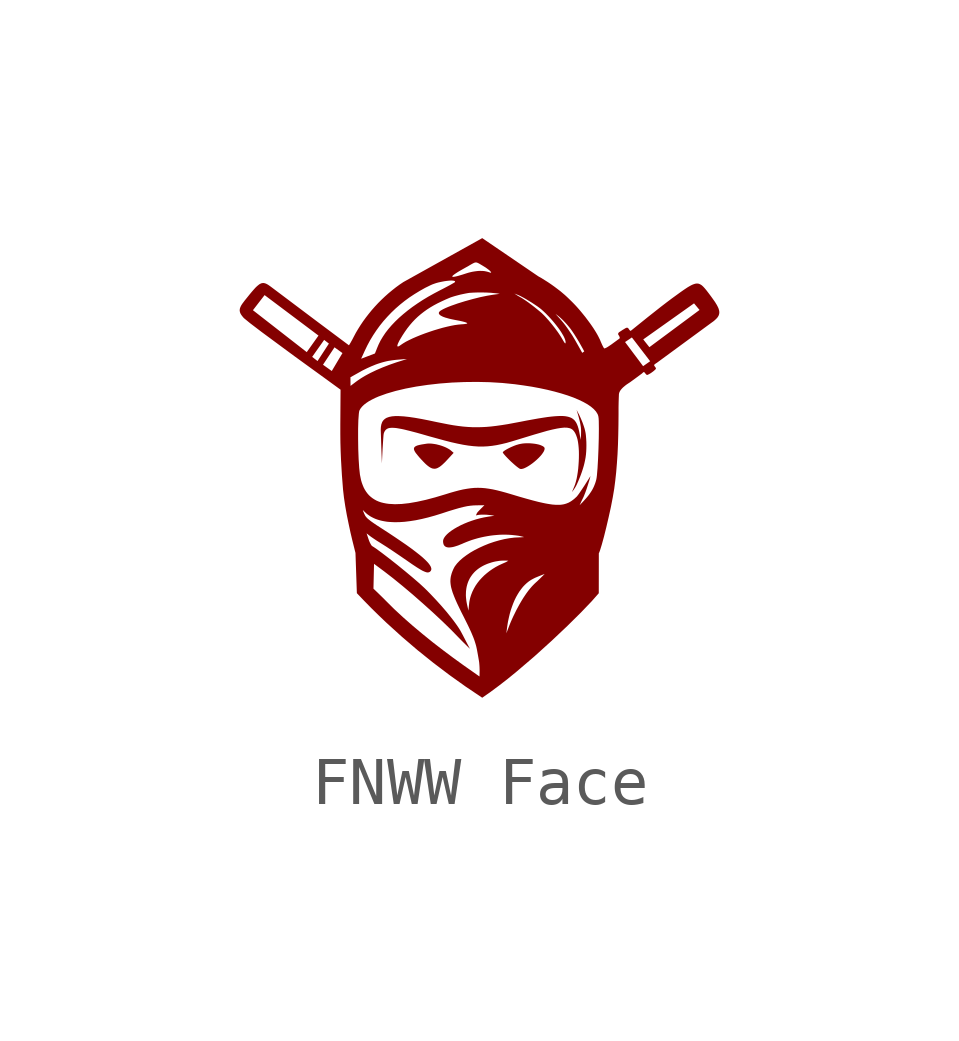
<source format=kicad_sym>
(kicad_symbol_lib
  (version 20241209)
  (generator "kicad_symbol_editor")
  (generator_version "9.0")
  (symbol "FNWW Face"
    (property "Reference" "LOGO"
      (at 0 -6.858 0)
      (effects (font (size 1.27 1.27)) (hide yes)))
    (symbol "FNWW Face_1_0"
      (polyline (pts (xy -0.99 0.482) (xy -0.956 0.478) (xy -0.921 0.473) (xy -0.886 0.467) (xy -0.85 0.458) (xy -0.815 0.449) (xy -0.779 0.438) (xy -0.745 0.426) (xy -0.712 0.413) (xy -0.68 0.399) (xy -0.651 0.384) (xy -0.624 0.369) (xy -0.599 0.353) (xy -0.578 0.336) (xy -0.523 0.289) (xy -0.649 0.152) (xy -0.692 0.106) (xy -0.732 0.067) (xy -0.751 0.049) (xy -0.769 0.033) (xy -0.786 0.019) (xy -0.803 0.006) (xy -0.82 -0.006) (xy -0.836 -0.015) (xy -0.852 -0.024) (xy -0.867 -0.031) (xy -0.882 -0.036) (xy -0.897 -0.04) (xy -0.912 -0.042) (xy -0.927 -0.042) (xy -0.942 -0.041) (xy -0.957 -0.039) (xy -0.971 -0.035) (xy -0.987 -0.029) (xy -1.002 -0.022) (xy -1.018 -0.013) (xy -1.034 -0.003) (xy -1.05 0.009) (xy -1.067 0.022) (xy -1.085 0.037) (xy -1.103 0.053) (xy -1.122 0.071) (xy -1.162 0.112) (xy -1.206 0.159) (xy -1.244 0.201) (xy -1.276 0.24) (xy -1.303 0.274) (xy -1.315 0.289) (xy -1.324 0.304) (xy -1.333 0.318) (xy -1.339 0.331) (xy -1.345 0.343) (xy -1.348 0.354) (xy -1.351 0.365) (xy -1.351 0.375) (xy -1.35 0.385) (xy -1.348 0.393) (xy -1.343 0.401) (xy -1.338 0.409) (xy -1.33 0.416) (xy -1.321 0.423) (xy -1.311 0.429) (xy -1.298 0.435) (xy -1.284 0.441) (xy -1.268 0.446) (xy -1.232 0.455) (xy -1.188 0.464) (xy -1.137 0.472) (xy -1.079 0.481) (xy -1.052 0.483) (xy -1.022 0.483) (xy -0.99 0.482)) (stroke (width -0.0001) (type solid)) (fill (type outline)))
      (polyline (pts (xy 1.041 0.489) (xy 1.085 0.487) (xy 1.128 0.483) (xy 1.17 0.478) (xy 1.21 0.471) (xy 1.246 0.463) (xy 1.28 0.453) (xy 1.309 0.441) (xy 1.322 0.435) (xy 1.334 0.429) (xy 1.344 0.423) (xy 1.353 0.416) (xy 1.361 0.409) (xy 1.367 0.402) (xy 1.371 0.394) (xy 1.373 0.387) (xy 1.374 0.374) (xy 1.372 0.361) (xy 1.368 0.346) (xy 1.362 0.331) (xy 1.354 0.314) (xy 1.343 0.297) (xy 1.318 0.26) (xy 1.286 0.222) (xy 1.249 0.183) (xy 1.208 0.144) (xy 1.164 0.106) (xy 1.119 0.07) (xy 1.074 0.038) (xy 1.029 0.009) (xy 0.986 -0.015) (xy 0.947 -0.033) (xy 0.928 -0.04) (xy 0.911 -0.044) (xy 0.895 -0.047) (xy 0.88 -0.048) (xy 0.868 -0.046) (xy 0.857 -0.043) (xy 0.839 -0.032) (xy 0.818 -0.017) (xy 0.793 0.002) (xy 0.765 0.025) (xy 0.736 0.05) (xy 0.705 0.078) (xy 0.674 0.106) (xy 0.643 0.136) (xy 0.614 0.165) (xy 0.587 0.193) (xy 0.561 0.22) (xy 0.54 0.244) (xy 0.522 0.265) (xy 0.51 0.282) (xy 0.506 0.289) (xy 0.503 0.295) (xy 0.502 0.3) (xy 0.502 0.303) (xy 0.508 0.311) (xy 0.518 0.319) (xy 0.53 0.329) (xy 0.545 0.34) (xy 0.562 0.35) (xy 0.582 0.362) (xy 0.602 0.373) (xy 0.625 0.385) (xy 0.672 0.408) (xy 0.721 0.429) (xy 0.746 0.439) (xy 0.77 0.448) (xy 0.793 0.456) (xy 0.816 0.462) (xy 0.834 0.468) (xy 0.853 0.472) (xy 0.872 0.476) (xy 0.912 0.483) (xy 0.954 0.487) (xy 0.997 0.489) (xy 1.041 0.489)) (stroke (width -0.0001) (type solid)) (fill (type outline)))
      (polyline (pts (xy 1.243 3.969) (xy 1.309 3.932) (xy 1.376 3.89) (xy 1.444 3.847) (xy 1.512 3.801) (xy 1.579 3.753) (xy 1.644 3.704) (xy 1.708 3.655) (xy 1.768 3.604) (xy 1.795 3.581) (xy 1.828 3.551) (xy 1.865 3.516) (xy 1.905 3.477) (xy 1.947 3.436) (xy 1.988 3.394) (xy 2.027 3.353) (xy 2.063 3.313) (xy 2.105 3.265) (xy 2.145 3.217) (xy 2.223 3.121) (xy 2.259 3.073) (xy 2.294 3.026) (xy 2.328 2.98) (xy 2.36 2.934) (xy 2.39 2.89) (xy 2.418 2.846) (xy 2.444 2.804) (xy 2.468 2.763) (xy 2.49 2.723) (xy 2.509 2.685) (xy 2.527 2.649) (xy 2.541 2.615) (xy 2.547 2.6) (xy 2.554 2.585) (xy 2.56 2.571) (xy 2.566 2.557) (xy 2.572 2.544) (xy 2.578 2.532) (xy 2.583 2.521) (xy 2.589 2.51) (xy 2.594 2.5) (xy 2.599 2.492) (xy 2.603 2.484) (xy 2.607 2.478) (xy 2.611 2.473) (xy 2.614 2.469) (xy 2.615 2.468) (xy 2.617 2.467) (xy 2.618 2.466) (xy 2.619 2.466) (xy 2.623 2.467) (xy 2.629 2.468) (xy 2.642 2.473) (xy 2.658 2.48) (xy 2.676 2.49) (xy 2.696 2.502) (xy 2.717 2.516) (xy 2.763 2.547) (xy 2.834 2.599) (xy 3.051 2.599) (xy 3.226 2.365) (xy 3.354 2.195) (xy 3.427 2.096) (xy 3.574 2.199) (xy 3.225 2.654) (xy 3.43 2.654) (xy 3.558 2.492) (xy 4.604 3.268) (xy 4.489 3.406) (xy 3.43 2.654) (xy 3.225 2.654) (xy 3.193 2.695) (xy 3.051 2.599) (xy 2.834 2.599) (xy 2.93 2.669) (xy 2.933 2.671) (xy 2.935 2.672) (xy 2.936 2.675) (xy 2.938 2.677) (xy 2.939 2.68) (xy 2.939 2.682) (xy 2.94 2.685) (xy 2.94 2.688) (xy 2.94 2.691) (xy 2.939 2.694) (xy 2.939 2.697) (xy 2.938 2.7) (xy 2.937 2.704) (xy 2.936 2.707) (xy 2.933 2.713) (xy 2.93 2.72) (xy 2.927 2.726) (xy 2.924 2.732) (xy 2.92 2.737) (xy 2.91 2.754) (xy 2.909 2.756) (xy 2.908 2.757) (xy 2.908 2.759) (xy 2.907 2.76) (xy 2.907 2.762) (xy 2.906 2.764) (xy 2.906 2.765) (xy 2.906 2.767) (xy 2.906 2.769) (xy 2.907 2.771) (xy 2.907 2.772) (xy 2.907 2.774) (xy 2.908 2.776) (xy 2.908 2.778) (xy 2.909 2.78) (xy 2.91 2.781) (xy 2.911 2.785) (xy 2.913 2.788) (xy 2.915 2.791) (xy 2.917 2.794) (xy 2.919 2.796) (xy 2.921 2.799) (xy 2.923 2.801) (xy 2.925 2.802) (xy 2.925 2.803) (xy 2.951 2.82) (xy 2.973 2.834) (xy 2.998 2.851) (xy 3.025 2.867) (xy 3.049 2.882) (xy 3.06 2.888) (xy 3.07 2.893) (xy 3.078 2.896) (xy 3.084 2.898) (xy 3.086 2.898) (xy 3.087 2.898) (xy 3.089 2.898) (xy 3.091 2.899) (xy 3.092 2.898) (xy 3.094 2.898) (xy 3.096 2.898) (xy 3.097 2.898) (xy 3.099 2.898) (xy 3.1 2.897) (xy 3.102 2.897) (xy 3.103 2.896) (xy 3.105 2.896) (xy 3.106 2.895) (xy 3.107 2.894) (xy 3.109 2.893) (xy 3.11 2.893) (xy 3.111 2.892) (xy 3.113 2.891) (xy 3.114 2.89) (xy 3.116 2.888) (xy 3.118 2.886) (xy 3.12 2.883) (xy 3.122 2.881) (xy 3.124 2.879) (xy 3.126 2.876) (xy 3.129 2.871) (xy 3.134 2.864) (xy 3.136 2.859) (xy 3.14 2.855) (xy 3.143 2.851) (xy 3.146 2.847) (xy 3.15 2.843) (xy 3.152 2.841) (xy 3.154 2.84) (xy 3.156 2.838) (xy 3.158 2.837) (xy 3.159 2.836) (xy 3.161 2.835) (xy 3.163 2.834) (xy 3.165 2.834) (xy 3.167 2.833) (xy 3.169 2.833) (xy 3.17 2.834) (xy 3.172 2.834) (xy 3.174 2.835) (xy 3.175 2.837) (xy 3.52 3.115) (xy 3.796 3.333) (xy 3.921 3.429) (xy 4.022 3.505) (xy 4.208 3.64) (xy 4.284 3.693) (xy 4.35 3.737) (xy 4.38 3.755) (xy 4.408 3.771) (xy 4.434 3.785) (xy 4.458 3.796) (xy 4.481 3.805) (xy 4.503 3.812) (xy 4.523 3.817) (xy 4.542 3.819) (xy 4.561 3.819) (xy 4.579 3.817) (xy 4.596 3.812) (xy 4.612 3.805) (xy 4.629 3.796) (xy 4.646 3.785) (xy 4.662 3.772) (xy 4.679 3.756) (xy 4.696 3.738) (xy 4.714 3.718) (xy 4.752 3.672) (xy 4.794 3.617) (xy 4.842 3.553) (xy 4.883 3.496) (xy 4.919 3.445) (xy 4.935 3.421) (xy 4.949 3.397) (xy 4.963 3.375) (xy 4.974 3.354) (xy 4.984 3.334) (xy 4.993 3.315) (xy 5.001 3.296) (xy 5.006 3.278) (xy 5.011 3.261) (xy 5.014 3.244) (xy 5.016 3.228) (xy 5.016 3.213) (xy 5.015 3.198) (xy 5.012 3.183) (xy 5.008 3.168) (xy 5.003 3.154) (xy 4.996 3.14) (xy 4.987 3.126) (xy 4.978 3.112) (xy 4.966 3.099) (xy 4.954 3.085) (xy 4.939 3.071) (xy 4.924 3.057) (xy 4.907 3.042) (xy 4.888 3.027) (xy 4.868 3.013) (xy 4.824 2.981) (xy 3.712 2.165) (xy 3.707 2.162) (xy 3.702 2.159) (xy 3.693 2.153) (xy 3.685 2.147) (xy 3.681 2.145) (xy 3.678 2.143) (xy 3.675 2.14) (xy 3.671 2.138) (xy 3.67 2.136) (xy 3.668 2.135) (xy 3.667 2.134) (xy 3.666 2.132) (xy 3.665 2.131) (xy 3.663 2.129) (xy 3.662 2.128) (xy 3.661 2.126) (xy 3.66 2.125) (xy 3.66 2.123) (xy 3.659 2.122) (xy 3.658 2.12) (xy 3.658 2.118) (xy 3.657 2.116) (xy 3.658 2.114) (xy 3.658 2.112) (xy 3.659 2.109) (xy 3.66 2.107) (xy 3.661 2.104) (xy 3.662 2.102) (xy 3.666 2.097) (xy 3.67 2.091) (xy 3.678 2.08) (xy 3.682 2.075) (xy 3.686 2.069) (xy 3.688 2.066) (xy 3.69 2.064) (xy 3.691 2.061) (xy 3.692 2.058) (xy 3.693 2.055) (xy 3.694 2.053) (xy 3.694 2.05) (xy 3.695 2.047) (xy 3.694 2.045) (xy 3.694 2.043) (xy 3.693 2.04) (xy 3.692 2.038) (xy 3.686 2.031) (xy 3.679 2.023) (xy 3.67 2.015) (xy 3.66 2.006) (xy 3.649 1.996) (xy 3.637 1.987) (xy 3.624 1.977) (xy 3.611 1.968) (xy 3.598 1.958) (xy 3.584 1.949) (xy 3.571 1.941) (xy 3.558 1.934) (xy 3.546 1.927) (xy 3.535 1.922) (xy 3.526 1.917) (xy 3.517 1.915) (xy 3.515 1.914) (xy 3.512 1.914) (xy 3.509 1.914) (xy 3.507 1.915) (xy 3.504 1.915) (xy 3.502 1.917) (xy 3.499 1.918) (xy 3.497 1.919) (xy 3.494 1.921) (xy 3.492 1.923) (xy 3.489 1.926) (xy 3.487 1.928) (xy 3.483 1.933) (xy 3.478 1.938) (xy 3.47 1.95) (xy 3.466 1.955) (xy 3.462 1.96) (xy 3.458 1.964) (xy 3.456 1.966) (xy 3.454 1.968) (xy 3.452 1.969) (xy 3.45 1.97) (xy 3.448 1.971) (xy 3.446 1.972) (xy 3.445 1.972) (xy 3.443 1.972) (xy 3.441 1.972) (xy 3.44 1.972) (xy 3.438 1.972) (xy 3.437 1.972) (xy 3.436 1.971) (xy 3.434 1.971) (xy 3.433 1.97) (xy 3.432 1.97) (xy 3.431 1.969) (xy 3.43 1.968) (xy 3.427 1.966) (xy 3.425 1.964) (xy 3.414 1.953) (xy 3.411 1.95) (xy 3.407 1.947) (xy 3.403 1.943) (xy 3.399 1.94) (xy 3.253 1.832) (xy 3.187 1.784) (xy 3.154 1.76) (xy 3.135 1.748) (xy 3.105 1.728) (xy 3.087 1.716) (xy 3.068 1.702) (xy 3.049 1.687) (xy 3.029 1.67) (xy 3.009 1.653) (xy 2.99 1.634) (xy 2.973 1.615) (xy 2.965 1.605) (xy 2.958 1.595) (xy 2.95 1.585) (xy 2.944 1.574) (xy 2.939 1.564) (xy 2.934 1.553) (xy 2.93 1.543) (xy 2.927 1.532) (xy 2.925 1.522) (xy 2.923 1.511) (xy 2.92 1.437) (xy 2.917 1.345) (xy 2.915 1.233) (xy 2.915 1.099) (xy 2.913 0.875) (xy 2.909 0.66) (xy 2.903 0.455) (xy 2.894 0.259) (xy 2.881 0.07) (xy 2.866 -0.113) (xy 2.847 -0.289) (xy 2.825 -0.459) (xy 2.795 -0.637) (xy 2.756 -0.839) (xy 2.709 -1.052) (xy 2.66 -1.262) (xy 2.612 -1.456) (xy 2.567 -1.62) (xy 2.53 -1.741) (xy 2.515 -1.782) (xy 2.504 -1.806) (xy 2.503 -2.638) (xy 2.355 -2.806) (xy 2.131 -3.04) (xy 1.847 -3.321) (xy 1.518 -3.632) (xy 1.161 -3.955) (xy 0.79 -4.272) (xy 0.605 -4.423) (xy 0.422 -4.565) (xy 0.244 -4.697) (xy 0.073 -4.817) (xy -0.268 -4.588) (xy -0.607 -4.346) (xy -0.944 -4.091) (xy -1.277 -3.824) (xy -1.604 -3.544) (xy -1.925 -3.253) (xy -2.082 -3.103) (xy -2.237 -2.951) (xy -2.39 -2.795) (xy -2.541 -2.637) (xy -2.57 -1.798) (xy -2.635 -1.538) (xy -2.674 -1.373) (xy -2.712 -1.195) (xy -2.75 -1.01) (xy -2.769 -0.903) (xy -2.417 -0.903) (xy -2.412 -0.918) (xy -2.407 -0.932) (xy -2.405 -0.939) (xy -2.402 -0.945) (xy -2.4 -0.951) (xy -2.397 -0.957) (xy -2.391 -0.972) (xy -2.383 -0.989) (xy -2.374 -1.008) (xy -2.368 -1.02) (xy -2.361 -1.031) (xy -2.353 -1.042) (xy -2.343 -1.054) (xy -2.331 -1.067) (xy -2.318 -1.08) (xy -2.302 -1.094) (xy -2.284 -1.108) (xy -2.264 -1.124) (xy -2.242 -1.141) (xy -2.188 -1.179) (xy -2.123 -1.223) (xy -2.044 -1.274) (xy -1.891 -1.373) (xy -1.751 -1.466) (xy -1.624 -1.552) (xy -1.509 -1.631) (xy -1.406 -1.705) (xy -1.315 -1.774) (xy -1.236 -1.836) (xy -1.201 -1.865) (xy -1.168 -1.893) (xy -1.139 -1.92) (xy -1.112 -1.945) (xy -1.088 -1.969) (xy -1.066 -1.992) (xy -1.047 -2.014) (xy -1.031 -2.035) (xy -1.018 -2.054) (xy -1.007 -2.072) (xy -0.998 -2.09) (xy -0.993 -2.106) (xy -0.989 -2.121) (xy -0.988 -2.135) (xy -0.99 -2.148) (xy -0.994 -2.16) (xy -1 -2.172) (xy -1.009 -2.182) (xy -1.02 -2.192) (xy -1.033 -2.199) (xy -1.046 -2.203) (xy -1.062 -2.205) (xy -1.079 -2.204) (xy -1.099 -2.199) (xy -1.122 -2.191) (xy -1.148 -2.18) (xy -1.178 -2.166) (xy -1.211 -2.147) (xy -1.249 -2.124) (xy -1.291 -2.098) (xy -1.391 -2.032) (xy -1.513 -1.947) (xy -1.653 -1.851) (xy -1.793 -1.756) (xy -1.917 -1.674) (xy -1.969 -1.641) (xy -2.01 -1.615) (xy -2.046 -1.592) (xy -2.083 -1.569) (xy -2.12 -1.546) (xy -2.155 -1.523) (xy -2.188 -1.501) (xy -2.217 -1.481) (xy -2.242 -1.464) (xy -2.261 -1.45) (xy -2.338 -1.39) (xy -2.297 -1.513) (xy -2.292 -1.526) (xy -2.288 -1.538) (xy -2.283 -1.551) (xy -2.278 -1.563) (xy -2.273 -1.574) (xy -2.268 -1.586) (xy -2.262 -1.596) (xy -2.257 -1.606) (xy -2.252 -1.616) (xy -2.247 -1.624) (xy -2.242 -1.632) (xy -2.237 -1.639) (xy -2.233 -1.645) (xy -2.228 -1.65) (xy -2.226 -1.652) (xy -2.224 -1.654) (xy -2.222 -1.655) (xy -2.22 -1.656) (xy -2.184 -1.679) (xy -2.136 -1.711) (xy -2.014 -1.801) (xy -1.865 -1.915) (xy -1.7 -2.045) (xy -1.533 -2.181) (xy -1.375 -2.313) (xy -1.236 -2.433) (xy -1.13 -2.531) (xy -1.069 -2.591) (xy -1.009 -2.652) (xy -0.89 -2.778) (xy -0.776 -2.904) (xy -0.669 -3.028) (xy -0.574 -3.147) (xy -0.53 -3.203) (xy -0.491 -3.256) (xy -0.455 -3.306) (xy -0.424 -3.352) (xy -0.397 -3.394) (xy -0.375 -3.432) (xy -0.349 -3.48) (xy -0.317 -3.541) (xy -0.252 -3.666) (xy -0.183 -3.798) (xy -0.267 -3.715) (xy -0.308 -3.675) (xy -0.354 -3.629) (xy -0.398 -3.584) (xy -0.432 -3.549) (xy -0.582 -3.395) (xy -0.759 -3.223) (xy -0.956 -3.039) (xy -1.165 -2.851) (xy -1.377 -2.665) (xy -1.587 -2.488) (xy -1.786 -2.326) (xy -1.967 -2.186) (xy -2.183 -2.025) (xy -2.195 -2.543) (xy -2.11 -2.624) (xy -2.027 -2.705) (xy -1.982 -2.749) (xy -1.938 -2.794) (xy -1.764 -2.967) (xy -1.575 -3.142) (xy -1.376 -3.317) (xy -1.169 -3.49) (xy -0.958 -3.661) (xy -0.744 -3.826) (xy -0.53 -3.986) (xy -0.321 -4.137) (xy 0.016 -4.374) (xy 0.017 -4.325) (xy 0.018 -4.279) (xy 0.018 -4.234) (xy 0.017 -4.192) (xy 0.015 -4.152) (xy 0.012 -4.115) (xy 0.009 -4.08) (xy 0.004 -4.047) (xy -0.016 -3.931) (xy -0.034 -3.832) (xy -0.043 -3.787) (xy -0.053 -3.743) (xy -0.065 -3.699) (xy -0.079 -3.654) (xy -0.094 -3.608) (xy -0.113 -3.558) (xy -0.135 -3.505) (xy -0.148 -3.474) (xy 0.576 -3.474) (xy 0.588 -3.442) (xy 0.62 -3.358) (xy 0.641 -3.303) (xy 0.666 -3.242) (xy 0.694 -3.178) (xy 0.724 -3.113) (xy 0.754 -3.052) (xy 0.783 -2.993) (xy 0.813 -2.937) (xy 0.842 -2.883) (xy 0.872 -2.831) (xy 0.901 -2.782) (xy 0.93 -2.735) (xy 0.96 -2.69) (xy 0.989 -2.647) (xy 1.018 -2.607) (xy 1.047 -2.569) (xy 1.077 -2.533) (xy 1.106 -2.499) (xy 1.135 -2.468) (xy 1.165 -2.438) (xy 1.194 -2.411) (xy 1.223 -2.385) (xy 1.253 -2.356) (xy 1.283 -2.327) (xy 1.311 -2.299) (xy 1.356 -2.255) (xy 1.374 -2.236) (xy 1.29 -2.269) (xy 1.253 -2.284) (xy 1.214 -2.3) (xy 1.176 -2.316) (xy 1.142 -2.333) (xy 1.094 -2.359) (xy 1.048 -2.389) (xy 1.004 -2.424) (xy 0.962 -2.463) (xy 0.921 -2.506) (xy 0.883 -2.554) (xy 0.846 -2.605) (xy 0.812 -2.66) (xy 0.779 -2.718) (xy 0.748 -2.781) (xy 0.72 -2.847) (xy 0.694 -2.917) (xy 0.669 -2.99) (xy 0.647 -3.067) (xy 0.628 -3.147) (xy 0.61 -3.231) (xy 0.604 -3.267) (xy 0.598 -3.306) (xy 0.592 -3.346) (xy 0.587 -3.385) (xy 0.576 -3.474) (xy -0.148 -3.474) (xy -0.16 -3.446) (xy -0.19 -3.381) (xy -0.224 -3.309) (xy -0.308 -3.14) (xy -0.362 -3.034) (xy -0.409 -2.937) (xy -0.451 -2.849) (xy -0.487 -2.768) (xy -0.517 -2.695) (xy -0.522 -2.681) (xy -0.268 -2.681) (xy -0.266 -2.72) (xy -0.262 -2.761) (xy -0.257 -2.802) (xy -0.25 -2.843) (xy -0.241 -2.886) (xy -0.215 -3.001) (xy -0.2 -2.854) (xy -0.196 -2.821) (xy -0.19 -2.788) (xy -0.183 -2.756) (xy -0.175 -2.724) (xy -0.165 -2.692) (xy -0.154 -2.66) (xy -0.129 -2.598) (xy -0.099 -2.538) (xy -0.065 -2.479) (xy -0.026 -2.423) (xy 0.017 -2.368) (xy 0.065 -2.316) (xy 0.115 -2.266) (xy 0.17 -2.219) (xy 0.227 -2.174) (xy 0.288 -2.132) (xy 0.351 -2.093) (xy 0.418 -2.057) (xy 0.487 -2.025) (xy 0.53 -2.006) (xy 0.546 -1.999) (xy 0.559 -1.993) (xy 0.565 -1.99) (xy 0.571 -1.987) (xy 0.577 -1.984) (xy 0.584 -1.98) (xy 0.599 -1.971) (xy 0.618 -1.959) (xy 0.569 -1.958) (xy 0.537 -1.958) (xy 0.501 -1.958) (xy 0.46 -1.96) (xy 0.438 -1.962) (xy 0.415 -1.965) (xy 0.391 -1.969) (xy 0.365 -1.973) (xy 0.339 -1.978) (xy 0.312 -1.984) (xy 0.271 -1.995) (xy 0.231 -2.008) (xy 0.192 -2.021) (xy 0.155 -2.036) (xy 0.119 -2.052) (xy 0.085 -2.069) (xy 0.052 -2.088) (xy 0.021 -2.107) (xy -0.009 -2.128) (xy -0.037 -2.15) (xy -0.064 -2.173) (xy -0.089 -2.197) (xy -0.112 -2.223) (xy -0.134 -2.249) (xy -0.154 -2.277) (xy -0.173 -2.305) (xy -0.19 -2.334) (xy -0.205 -2.365) (xy -0.219 -2.396) (xy -0.231 -2.429) (xy -0.241 -2.462) (xy -0.25 -2.496) (xy -0.257 -2.532) (xy -0.262 -2.568) (xy -0.266 -2.605) (xy -0.267 -2.642) (xy -0.268 -2.681) (xy -0.522 -2.681) (xy -0.542 -2.629) (xy -0.552 -2.598) (xy -0.561 -2.568) (xy -0.569 -2.539) (xy -0.576 -2.512) (xy -0.581 -2.485) (xy -0.585 -2.459) (xy -0.588 -2.434) (xy -0.59 -2.41) (xy -0.591 -2.387) (xy -0.59 -2.364) (xy -0.589 -2.341) (xy -0.586 -2.318) (xy -0.583 -2.296) (xy -0.578 -2.274) (xy -0.572 -2.252) (xy -0.566 -2.229) (xy -0.55 -2.184) (xy -0.53 -2.137) (xy -0.515 -2.107) (xy -0.498 -2.077) (xy -0.453 -2.018) (xy -0.397 -1.959) (xy -0.331 -1.901) (xy -0.256 -1.845) (xy -0.174 -1.79) (xy -0.084 -1.738) (xy 0.011 -1.69) (xy 0.11 -1.645) (xy 0.213 -1.603) (xy 0.319 -1.567) (xy 0.426 -1.536) (xy 0.533 -1.51) (xy 0.639 -1.491) (xy 0.743 -1.478) (xy 0.845 -1.473) (xy 0.861 -1.472) (xy 0.878 -1.472) (xy 0.895 -1.471) (xy 0.911 -1.47) (xy 0.936 -1.468) (xy 0.946 -1.467) (xy 0.912 -1.458) (xy 0.88 -1.451) (xy 0.865 -1.447) (xy 0.85 -1.444) (xy 0.834 -1.441) (xy 0.817 -1.438) (xy 0.798 -1.436) (xy 0.778 -1.433) (xy 0.733 -1.428) (xy 0.683 -1.423) (xy 0.623 -1.419) (xy 0.562 -1.417) (xy 0.499 -1.417) (xy 0.435 -1.419) (xy 0.371 -1.424) (xy 0.306 -1.43) (xy 0.241 -1.438) (xy 0.175 -1.449) (xy 0.11 -1.461) (xy 0.046 -1.475) (xy -0.019 -1.491) (xy -0.082 -1.509) (xy -0.144 -1.528) (xy -0.205 -1.55) (xy -0.264 -1.573) (xy -0.322 -1.597) (xy -0.348 -1.609) (xy -0.374 -1.619) (xy -0.398 -1.629) (xy -0.422 -1.639) (xy -0.445 -1.647) (xy -0.467 -1.654) (xy -0.489 -1.661) (xy -0.509 -1.667) (xy -0.528 -1.672) (xy -0.547 -1.676) (xy -0.565 -1.679) (xy -0.582 -1.681) (xy -0.598 -1.683) (xy -0.613 -1.684) (xy -0.627 -1.684) (xy -0.641 -1.683) (xy -0.653 -1.681) (xy -0.665 -1.678) (xy -0.676 -1.675) (xy -0.686 -1.671) (xy -0.695 -1.665) (xy -0.704 -1.659) (xy -0.711 -1.653) (xy -0.718 -1.645) (xy -0.724 -1.636) (xy -0.729 -1.627) (xy -0.734 -1.617) (xy -0.737 -1.605) (xy -0.74 -1.593) (xy -0.742 -1.581) (xy -0.743 -1.567) (xy -0.744 -1.552) (xy -0.742 -1.536) (xy -0.738 -1.519) (xy -0.731 -1.501) (xy -0.722 -1.483) (xy -0.696 -1.446) (xy -0.661 -1.408) (xy -0.618 -1.37) (xy -0.567 -1.332) (xy -0.509 -1.294) (xy -0.445 -1.257) (xy -0.376 -1.221) (xy -0.302 -1.187) (xy -0.224 -1.155) (xy -0.143 -1.126) (xy -0.06 -1.099) (xy 0.025 -1.076) (xy 0.11 -1.057) (xy 0.196 -1.042) (xy 0.327 -1.023) (xy 0.294 -1.017) (xy 0.248 -1.01) (xy 0.223 -1.007) (xy 0.208 -1.006) (xy 0.19 -1.004) (xy 0.17 -1.002) (xy 0.148 -1.001) (xy 0.123 -1) (xy 0.095 -1) (xy 0.08 -1) (xy 0.066 -1) (xy 0.051 -1) (xy 0.038 -1.001) (xy 0.025 -1.002) (xy 0.012 -1.003) (xy 0.001 -1.004) (xy -0.01 -1.006) (xy -0.014 -1.006) (xy -0.018 -1.007) (xy -0.022 -1.008) (xy -0.026 -1.009) (xy -0.034 -1.01) (xy -0.042 -1.012) (xy -0.048 -1.014) (xy -0.053 -1.016) (xy -0.058 -1.017) (xy -0.055 -1.01) (xy -0.052 -1.002) (xy -0.049 -0.993) (xy -0.044 -0.982) (xy -0.042 -0.977) (xy -0.039 -0.971) (xy -0.036 -0.966) (xy -0.033 -0.961) (xy -0.03 -0.957) (xy -0.027 -0.953) (xy -0.02 -0.944) (xy -0.012 -0.935) (xy -0.003 -0.926) (xy 0.006 -0.916) (xy 0.015 -0.907) (xy 0.025 -0.897) (xy 0.044 -0.877) (xy 0.118 -0.803) (xy -0.037 -0.805) (xy -0.105 -0.807) (xy -0.171 -0.813) (xy -0.241 -0.823) (xy -0.317 -0.839) (xy -0.405 -0.861) (xy -0.508 -0.891) (xy -0.63 -0.928) (xy -0.776 -0.976) (xy -0.918 -1.02) (xy -1.055 -1.058) (xy -1.187 -1.09) (xy -1.313 -1.116) (xy -1.434 -1.135) (xy -1.549 -1.149) (xy -1.658 -1.156) (xy -1.762 -1.157) (xy -1.86 -1.152) (xy -1.907 -1.148) (xy -1.952 -1.141) (xy -1.996 -1.133) (xy -2.038 -1.124) (xy -2.078 -1.113) (xy -2.117 -1.101) (xy -2.155 -1.087) (xy -2.191 -1.071) (xy -2.225 -1.054) (xy -2.258 -1.036) (xy -2.289 -1.015) (xy -2.319 -0.994) (xy -2.347 -0.971) (xy -2.373 -0.946) (xy -2.381 -0.939) (xy -2.388 -0.931) (xy -2.402 -0.917) (xy -2.417 -0.903) (xy -2.769 -0.903) (xy -2.783 -0.824) (xy -2.81 -0.645) (xy -2.829 -0.48) (xy -2.853 -0.173) (xy -2.872 0.153) (xy -2.879 0.324) (xy -2.884 0.502) (xy -2.885 0.582) (xy -2.515 0.582) (xy -2.512 0.365) (xy -2.504 0.156) (xy -2.492 -0.026) (xy -2.477 -0.165) (xy -2.453 -0.282) (xy -2.437 -0.336) (xy -2.418 -0.387) (xy -2.398 -0.435) (xy -2.374 -0.48) (xy -2.348 -0.521) (xy -2.319 -0.56) (xy -2.288 -0.595) (xy -2.253 -0.627) (xy -2.216 -0.656) (xy -2.176 -0.682) (xy -2.133 -0.706) (xy -2.087 -0.726) (xy -2.038 -0.743) (xy -1.986 -0.756) (xy -1.93 -0.767) (xy -1.872 -0.775) (xy -1.746 -0.782) (xy -1.606 -0.777) (xy -1.453 -0.76) (xy -1.286 -0.731) (xy -1.104 -0.691) (xy -0.908 -0.639) (xy -0.697 -0.576) (xy -0.594 -0.544) (xy -0.499 -0.517) (xy -0.409 -0.493) (xy -0.325 -0.474) (xy -0.245 -0.46) (xy -0.167 -0.449) (xy -0.092 -0.442) (xy -0.018 -0.44) (xy 0.057 -0.442) (xy 0.133 -0.448) (xy 0.211 -0.459) (xy 0.293 -0.473) (xy 0.379 -0.492) (xy 0.47 -0.515) (xy 0.569 -0.542) (xy 0.674 -0.573) (xy 0.84 -0.623) (xy 0.99 -0.666) (xy 1.125 -0.703) (xy 1.245 -0.734) (xy 1.353 -0.758) (xy 1.403 -0.768) (xy 1.449 -0.776) (xy 1.494 -0.783) (xy 1.535 -0.789) (xy 1.575 -0.792) (xy 1.612 -0.795) (xy 1.647 -0.795) (xy 1.681 -0.795) (xy 1.712 -0.793) (xy 1.742 -0.789) (xy 1.771 -0.784) (xy 1.798 -0.777) (xy 1.825 -0.769) (xy 1.85 -0.759) (xy 1.875 -0.749) (xy 1.898 -0.736) (xy 1.922 -0.722) (xy 1.944 -0.707) (xy 1.967 -0.69) (xy 1.99 -0.672) (xy 2.012 -0.652) (xy 2.035 -0.631) (xy 2.049 -0.617) (xy 2.065 -0.596) (xy 2.085 -0.57) (xy 2.106 -0.54) (xy 2.152 -0.472) (xy 2.201 -0.398) (xy 2.33 -0.195) (xy 2.324 -0.22) (xy 2.312 -0.263) (xy 2.294 -0.322) (xy 2.273 -0.389) (xy 2.25 -0.461) (xy 2.225 -0.531) (xy 2.2 -0.595) (xy 2.189 -0.622) (xy 2.178 -0.646) (xy 2.152 -0.698) (xy 2.136 -0.731) (xy 2.123 -0.761) (xy 2.103 -0.803) (xy 2.171 -0.733) (xy 2.202 -0.699) (xy 2.231 -0.667) (xy 2.258 -0.636) (xy 2.283 -0.605) (xy 2.306 -0.575) (xy 2.327 -0.544) (xy 2.347 -0.514) (xy 2.366 -0.483) (xy 2.383 -0.451) (xy 2.399 -0.418) (xy 2.413 -0.384) (xy 2.427 -0.348) (xy 2.439 -0.311) (xy 2.45 -0.272) (xy 2.457 -0.236) (xy 2.464 -0.182) (xy 2.477 -0.03) (xy 2.488 0.164) (xy 2.497 0.38) (xy 2.503 0.597) (xy 2.505 0.793) (xy 2.503 0.95) (xy 2.5 1.006) (xy 2.495 1.045) (xy 2.488 1.071) (xy 2.478 1.097) (xy 2.445 1.15) (xy 2.399 1.201) (xy 2.339 1.252) (xy 2.266 1.302) (xy 2.18 1.35) (xy 2.082 1.397) (xy 1.973 1.443) (xy 1.853 1.486) (xy 1.722 1.527) (xy 1.582 1.566) (xy 1.432 1.603) (xy 1.273 1.637) (xy 1.107 1.668) (xy 0.932 1.695) (xy 0.75 1.72) (xy 0.492 1.746) (xy 0.229 1.762) (xy -0.036 1.768) (xy -0.3 1.765) (xy -0.562 1.754) (xy -0.818 1.734) (xy -1.065 1.706) (xy -1.302 1.671) (xy -1.524 1.629) (xy -1.731 1.58) (xy -1.919 1.525) (xy -2.086 1.465) (xy -2.16 1.433) (xy -2.228 1.399) (xy -2.29 1.365) (xy -2.344 1.329) (xy -2.392 1.292) (xy -2.431 1.254) (xy -2.463 1.215) (xy -2.486 1.175) (xy -2.494 1.148) (xy -2.5 1.103) (xy -2.51 0.969) (xy -2.515 0.789) (xy -2.515 0.582) (xy -2.885 0.582) (xy -2.886 0.688) (xy -2.886 0.881) (xy -2.881 1.606) (xy -3.237 1.865) (xy -2.675 1.865) (xy -2.673 1.685) (xy -2.56 1.771) (xy -2.517 1.802) (xy -2.471 1.833) (xy -2.422 1.864) (xy -2.37 1.895) (xy -2.315 1.925) (xy -2.258 1.955) (xy -2.135 2.014) (xy -2.004 2.07) (xy -1.865 2.124) (xy -1.719 2.175) (xy -1.566 2.223) (xy -1.556 2.226) (xy -1.544 2.23) (xy -1.521 2.237) (xy -1.496 2.245) (xy -1.58 2.24) (xy -1.666 2.233) (xy -1.716 2.229) (xy -1.767 2.223) (xy -1.806 2.218) (xy -1.845 2.212) (xy -1.884 2.206) (xy -1.922 2.198) (xy -1.959 2.189) (xy -1.997 2.179) (xy -2.035 2.168) (xy -2.074 2.156) (xy -2.113 2.143) (xy -2.154 2.128) (xy -2.195 2.111) (xy -2.237 2.094) (xy -2.328 2.053) (xy -2.425 2.005) (xy -2.675 1.865) (xy -3.237 1.865) (xy -3.597 2.126) (xy -3.247 2.126) (xy -3.064 1.995) (xy -2.912 2.251) (xy -2.452 2.251) (xy -2.164 2.361) (xy -2.151 2.394) (xy -2.137 2.428) (xy -2.122 2.467) (xy -2.099 2.522) (xy -1.697 2.522) (xy -1.697 2.518) (xy -1.696 2.515) (xy -1.695 2.512) (xy -1.694 2.511) (xy -1.694 2.51) (xy -1.692 2.509) (xy -1.691 2.508) (xy -1.69 2.507) (xy -1.689 2.507) (xy -1.685 2.507) (xy -1.682 2.507) (xy -1.678 2.508) (xy -1.673 2.509) (xy -1.668 2.512) (xy -1.662 2.514) (xy -1.656 2.518) (xy -1.649 2.522) (xy -1.642 2.527) (xy -1.634 2.532) (xy -1.626 2.538) (xy -1.577 2.571) (xy -1.519 2.606) (xy -1.452 2.64) (xy -1.377 2.676) (xy -1.296 2.711) (xy -1.21 2.746) (xy -1.12 2.78) (xy -1.028 2.812) (xy -0.935 2.843) (xy -0.842 2.871) (xy -0.751 2.897) (xy -0.662 2.919) (xy -0.577 2.938) (xy -0.498 2.953) (xy -0.425 2.963) (xy -0.359 2.969) (xy -0.326 2.971) (xy -0.297 2.974) (xy -0.275 2.977) (xy -0.258 2.98) (xy -0.246 2.984) (xy -0.243 2.986) (xy -0.241 2.988) (xy -0.24 2.99) (xy -0.241 2.993) (xy -0.243 2.996) (xy -0.247 2.998) (xy -0.258 3.004) (xy -0.276 3.011) (xy -0.299 3.018) (xy -0.328 3.026) (xy -0.363 3.034) (xy -0.404 3.043) (xy -0.504 3.062) (xy -0.532 3.068) (xy -0.558 3.073) (xy -0.583 3.079) (xy -0.607 3.084) (xy -0.63 3.09) (xy -0.651 3.096) (xy -0.671 3.102) (xy -0.691 3.107) (xy -0.708 3.113) (xy -0.725 3.119) (xy -0.741 3.125) (xy -0.755 3.131) (xy -0.768 3.138) (xy -0.78 3.144) (xy -0.791 3.15) (xy -0.8 3.156) (xy -0.808 3.163) (xy -0.815 3.169) (xy -0.821 3.176) (xy -0.826 3.182) (xy -0.829 3.189) (xy -0.83 3.192) (xy -0.831 3.195) (xy -0.831 3.199) (xy -0.832 3.202) (xy -0.832 3.205) (xy -0.831 3.209) (xy -0.831 3.212) (xy -0.83 3.215) (xy -0.827 3.222) (xy -0.822 3.229) (xy -0.817 3.235) (xy -0.81 3.242) (xy -0.802 3.249) (xy -0.793 3.256) (xy -0.782 3.262) (xy -0.743 3.284) (xy -0.695 3.307) (xy -0.639 3.331) (xy -0.577 3.355) (xy -0.438 3.404) (xy -0.286 3.451) (xy -0.128 3.495) (xy 0.027 3.534) (xy 0.171 3.564) (xy 0.296 3.585) (xy 0.361 3.594) (xy 0.438 3.604) (xy 0.39 3.612) (xy 0.741 3.612) (xy 0.788 3.581) (xy 0.808 3.568) (xy 0.828 3.556) (xy 0.848 3.545) (xy 0.864 3.536) (xy 0.898 3.517) (xy 0.939 3.49) (xy 0.987 3.458) (xy 1.041 3.42) (xy 1.098 3.377) (xy 1.159 3.33) (xy 1.221 3.28) (xy 1.284 3.228) (xy 1.31 3.206) (xy 1.337 3.18) (xy 1.366 3.151) (xy 1.396 3.119) (xy 1.459 3.049) (xy 1.523 2.972) (xy 1.586 2.892) (xy 1.645 2.812) (xy 1.672 2.773) (xy 1.697 2.735) (xy 1.72 2.699) (xy 1.74 2.664) (xy 1.751 2.647) (xy 1.76 2.631) (xy 1.768 2.617) (xy 1.776 2.605) (xy 1.782 2.595) (xy 1.785 2.59) (xy 1.788 2.587) (xy 1.791 2.583) (xy 1.793 2.58) (xy 1.795 2.578) (xy 1.797 2.576) (xy 1.799 2.574) (xy 1.801 2.573) (xy 1.802 2.572) (xy 1.804 2.572) (xy 1.804 2.572) (xy 1.805 2.572) (xy 1.806 2.572) (xy 1.806 2.572) (xy 1.806 2.572) (xy 1.807 2.573) (xy 1.808 2.574) (xy 1.809 2.576) (xy 1.809 2.578) (xy 1.81 2.58) (xy 1.81 2.583) (xy 1.81 2.586) (xy 1.811 2.589) (xy 1.811 2.597) (xy 1.81 2.609) (xy 1.808 2.622) (xy 1.8 2.651) (xy 1.787 2.684) (xy 1.769 2.722) (xy 1.746 2.762) (xy 1.72 2.805) (xy 1.69 2.85) (xy 1.657 2.896) (xy 1.62 2.944) (xy 1.581 2.993) (xy 1.54 3.042) (xy 1.497 3.091) (xy 1.453 3.138) (xy 1.407 3.185) (xy 1.407 3.186) (xy 1.601 3.186) (xy 1.654 3.127) (xy 1.676 3.103) (xy 1.695 3.082) (xy 1.728 3.044) (xy 1.759 3.007) (xy 1.779 2.982) (xy 1.802 2.952) (xy 1.827 2.918) (xy 1.853 2.882) (xy 1.903 2.808) (xy 1.947 2.743) (xy 1.97 2.705) (xy 2.001 2.653) (xy 2.071 2.53) (xy 2.158 2.374) (xy 2.2 2.404) (xy 2.17 2.46) (xy 2.094 2.595) (xy 2.045 2.677) (xy 1.992 2.761) (xy 1.939 2.84) (xy 1.913 2.876) (xy 1.887 2.909) (xy 1.863 2.938) (xy 1.835 2.971) (xy 1.802 3.007) (xy 1.767 3.044) (xy 1.748 3.063) (xy 1.728 3.082) (xy 1.708 3.101) (xy 1.687 3.119) (xy 1.666 3.137) (xy 1.644 3.154) (xy 1.623 3.17) (xy 1.601 3.186) (xy 1.407 3.186) (xy 1.361 3.23) (xy 1.314 3.273) (xy 1.296 3.288) (xy 1.275 3.305) (xy 1.226 3.341) (xy 1.168 3.38) (xy 1.106 3.421) (xy 1.042 3.46) (xy 0.98 3.498) (xy 0.922 3.53) (xy 0.871 3.557) (xy 0.862 3.562) (xy 0.852 3.566) (xy 0.831 3.576) (xy 0.809 3.585) (xy 0.788 3.593) (xy 0.754 3.606) (xy 0.741 3.612) (xy 0.39 3.612) (xy 0.385 3.613) (xy 0.319 3.62) (xy 0.243 3.627) (xy 0.16 3.631) (xy 0.073 3.633) (xy -0.017 3.633) (xy -0.106 3.63) (xy -0.192 3.625) (xy -0.224 3.62) (xy -0.269 3.612) (xy -0.323 3.601) (xy -0.383 3.588) (xy -0.445 3.572) (xy -0.504 3.556) (xy -0.558 3.539) (xy -0.582 3.531) (xy -0.603 3.523) (xy -0.692 3.485) (xy -0.776 3.446) (xy -0.857 3.407) (xy -0.934 3.366) (xy -1.007 3.323) (xy -1.077 3.278) (xy -1.143 3.231) (xy -1.207 3.181) (xy -1.268 3.129) (xy -1.327 3.073) (xy -1.383 3.014) (xy -1.437 2.951) (xy -1.49 2.884) (xy -1.54 2.813) (xy -1.59 2.737) (xy -1.638 2.657) (xy -1.653 2.631) (xy -1.665 2.608) (xy -1.675 2.587) (xy -1.68 2.577) (xy -1.684 2.568) (xy -1.687 2.56) (xy -1.69 2.552) (xy -1.692 2.545) (xy -1.694 2.538) (xy -1.696 2.532) (xy -1.697 2.527) (xy -1.697 2.522) (xy -2.099 2.522) (xy -2.088 2.548) (xy -2.048 2.629) (xy -2 2.709) (xy -1.946 2.79) (xy -1.885 2.869) (xy -1.817 2.948) (xy -1.743 3.026) (xy -1.662 3.104) (xy -1.575 3.18) (xy -1.482 3.256) (xy -1.384 3.33) (xy -1.279 3.403) (xy -1.169 3.475) (xy -1.053 3.545) (xy -0.931 3.613) (xy -0.804 3.68) (xy -0.745 3.71) (xy -0.688 3.74) (xy -0.637 3.767) (xy -0.592 3.791) (xy -0.554 3.813) (xy -0.524 3.83) (xy -0.513 3.837) (xy -0.505 3.842) (xy -0.499 3.846) (xy -0.496 3.849) (xy -0.494 3.855) (xy -0.493 3.86) (xy -0.495 3.865) (xy -0.499 3.869) (xy -0.505 3.872) (xy -0.512 3.875) (xy -0.533 3.879) (xy -0.56 3.881) (xy -0.592 3.881) (xy -0.628 3.878) (xy -0.667 3.874) (xy -0.71 3.868) (xy -0.754 3.86) (xy -0.798 3.851) (xy -0.843 3.841) (xy -0.887 3.829) (xy -0.928 3.815) (xy -0.967 3.801) (xy -1.003 3.785) (xy -1.119 3.728) (xy -1.231 3.665) (xy -1.339 3.599) (xy -1.444 3.53) (xy -1.545 3.456) (xy -1.641 3.379) (xy -1.734 3.298) (xy -1.823 3.213) (xy -1.907 3.125) (xy -1.988 3.034) (xy -2.064 2.939) (xy -2.135 2.841) (xy -2.202 2.74) (xy -2.265 2.636) (xy -2.323 2.528) (xy -2.376 2.418) (xy -2.452 2.251) (xy -2.912 2.251) (xy -2.841 2.369) (xy -3.007 2.489) (xy -3.247 2.126) (xy -3.597 2.126) (xy -3.823 2.29) (xy -3.473 2.29) (xy -3.361 2.203) (xy -3.124 2.567) (xy -3.223 2.644) (xy -3.473 2.29) (xy -3.823 2.29) (xy -3.841 2.303) (xy -4.528 2.81) (xy -4.772 2.996) (xy -4.895 3.097) (xy -4.909 3.112) (xy -4.921 3.127) (xy -4.933 3.141) (xy -4.943 3.155) (xy -4.952 3.168) (xy -4.96 3.181) (xy -4.967 3.193) (xy -4.972 3.206) (xy -4.977 3.218) (xy -4.98 3.23) (xy -4.982 3.242) (xy -4.984 3.254) (xy -4.984 3.263) (xy -4.708 3.263) (xy -3.586 2.389) (xy -3.341 2.734) (xy -4.465 3.578) (xy -4.708 3.263) (xy -4.984 3.263) (xy -4.984 3.266) (xy -4.983 3.277) (xy -4.981 3.289) (xy -4.979 3.301) (xy -4.975 3.313) (xy -4.97 3.325) (xy -4.965 3.337) (xy -4.959 3.35) (xy -4.952 3.363) (xy -4.944 3.376) (xy -4.926 3.403) (xy -4.904 3.432) (xy -4.881 3.463) (xy -4.826 3.531) (xy -4.777 3.592) (xy -4.733 3.645) (xy -4.693 3.691) (xy -4.675 3.711) (xy -4.658 3.73) (xy -4.641 3.747) (xy -4.625 3.762) (xy -4.61 3.775) (xy -4.595 3.787) (xy -4.581 3.798) (xy -4.568 3.807) (xy -4.554 3.814) (xy -4.542 3.82) (xy -4.529 3.825) (xy -4.516 3.828) (xy -4.504 3.829) (xy -4.491 3.83) (xy -4.479 3.829) (xy -4.466 3.826) (xy -4.453 3.823) (xy -4.44 3.818) (xy -4.426 3.812) (xy -4.413 3.805) (xy -4.398 3.797) (xy -4.383 3.787) (xy -4.351 3.765) (xy -4.316 3.739) (xy -3.368 3.026) (xy -2.706 2.531) (xy -2.674 2.583) (xy -2.659 2.61) (xy -2.642 2.64) (xy -2.624 2.674) (xy -2.606 2.709) (xy -2.562 2.792) (xy -2.514 2.873) (xy -2.463 2.954) (xy -2.409 3.034) (xy -2.352 3.112) (xy -2.292 3.189) (xy -2.23 3.265) (xy -2.165 3.339) (xy -2.097 3.412) (xy -2.027 3.482) (xy -1.955 3.55) (xy -1.882 3.615) (xy -1.806 3.678) (xy -1.729 3.739) (xy -1.651 3.796) (xy -1.571 3.85) (xy -1.359 3.968) (xy -0.551 3.968) (xy -0.551 3.965) (xy -0.549 3.962) (xy -0.546 3.96) (xy -0.54 3.959) (xy -0.533 3.958) (xy -0.524 3.959) (xy -0.501 3.962) (xy -0.471 3.968) (xy -0.434 3.977) (xy -0.391 3.99) (xy -0.34 4.005) (xy -0.281 4.024) (xy -0.244 4.036) (xy -0.207 4.047) (xy -0.17 4.056) (xy -0.135 4.064) (xy -0.1 4.07) (xy -0.066 4.075) (xy -0.033 4.079) (xy -0.001 4.082) (xy 0.03 4.083) (xy 0.061 4.082) (xy 0.09 4.081) (xy 0.119 4.078) (xy 0.146 4.073) (xy 0.173 4.067) (xy 0.199 4.06) (xy 0.223 4.052) (xy 0.237 4.047) (xy 0.247 4.045) (xy 0.251 4.045) (xy 0.254 4.045) (xy 0.257 4.046) (xy 0.258 4.047) (xy 0.258 4.049) (xy 0.258 4.052) (xy 0.257 4.055) (xy 0.255 4.058) (xy 0.25 4.066) (xy 0.241 4.076) (xy 0.23 4.087) (xy 0.216 4.099) (xy 0.2 4.112) (xy 0.181 4.126) (xy 0.161 4.141) (xy 0.138 4.157) (xy 0.113 4.172) (xy 0.087 4.188) (xy 0.03 4.222) (xy 0.008 4.235) (xy -0.011 4.245) (xy -0.028 4.252) (xy -0.035 4.255) (xy -0.043 4.257) (xy -0.05 4.258) (xy -0.057 4.258) (xy -0.064 4.258) (xy -0.071 4.258) (xy -0.078 4.256) (xy -0.086 4.254) (xy -0.094 4.252) (xy -0.102 4.248) (xy -0.12 4.239) (xy -0.141 4.228) (xy -0.193 4.198) (xy -0.226 4.178) (xy -0.265 4.157) (xy -0.293 4.141) (xy -0.32 4.126) (xy -0.345 4.112) (xy -0.369 4.098) (xy -0.416 4.071) (xy -0.456 4.046) (xy -0.489 4.024) (xy -0.515 4.006) (xy -0.534 3.99) (xy -0.541 3.984) (xy -0.546 3.978) (xy -0.55 3.973) (xy -0.551 3.968) (xy -1.359 3.968) (xy 0.073 4.766) (xy 1.243 3.969)) (stroke (width -0.0001) (type solid)) (fill (type outline)))
      (polyline (pts (xy 2.067 1.134) (xy 2.096 1.078) (xy 2.129 1.006) (xy 2.163 0.924) (xy 2.179 0.88) (xy 2.194 0.836) (xy 2.208 0.791) (xy 2.219 0.746) (xy 2.228 0.701) (xy 2.234 0.658) (xy 2.24 0.584) (xy 2.244 0.514) (xy 2.245 0.446) (xy 2.244 0.38) (xy 2.241 0.317) (xy 2.236 0.255) (xy 2.228 0.194) (xy 2.217 0.134) (xy 2.204 0.074) (xy 2.189 0.014) (xy 2.171 -0.046) (xy 2.151 -0.107) (xy 2.129 -0.169) (xy 2.104 -0.232) (xy 2.077 -0.298) (xy 2.047 -0.366) (xy 2.043 -0.374) (xy 2.039 -0.382) (xy 2.031 -0.398) (xy 2.023 -0.413) (xy 2.014 -0.428) (xy 2.006 -0.442) (xy 1.997 -0.455) (xy 1.989 -0.468) (xy 1.981 -0.479) (xy 1.973 -0.49) (xy 1.966 -0.499) (xy 1.954 -0.515) (xy 1.943 -0.528) (xy 1.96 -0.489) (xy 1.993 -0.41) (xy 2.011 -0.362) (xy 2.027 -0.307) (xy 2.042 -0.247) (xy 2.054 -0.182) (xy 2.065 -0.113) (xy 2.074 -0.041) (xy 2.08 0.032) (xy 2.085 0.106) (xy 2.088 0.18) (xy 2.089 0.253) (xy 2.088 0.324) (xy 2.084 0.392) (xy 2.078 0.455) (xy 2.07 0.514) (xy 2.06 0.566) (xy 2.047 0.612) (xy 2.029 0.661) (xy 2.009 0.704) (xy 1.986 0.739) (xy 1.96 0.768) (xy 1.944 0.78) (xy 1.927 0.79) (xy 1.908 0.799) (xy 1.887 0.805) (xy 1.839 0.814) (xy 1.782 0.815) (xy 1.713 0.808) (xy 1.632 0.795) (xy 1.537 0.775) (xy 1.427 0.748) (xy 1.157 0.67) (xy 0.81 0.564) (xy 0.691 0.528) (xy 0.58 0.496) (xy 0.475 0.471) (xy 0.375 0.45) (xy 0.278 0.435) (xy 0.183 0.425) (xy 0.087 0.42) (xy -0.01 0.421) (xy -0.11 0.428) (xy -0.215 0.44) (xy -0.327 0.458) (xy -0.446 0.482) (xy -0.575 0.511) (xy -0.715 0.547) (xy -1.036 0.635) (xy -1.171 0.674) (xy -1.292 0.708) (xy -1.399 0.736) (xy -1.449 0.749) (xy -1.495 0.76) (xy -1.538 0.771) (xy -1.578 0.78) (xy -1.616 0.788) (xy -1.651 0.794) (xy -1.684 0.8) (xy -1.714 0.805) (xy -1.743 0.808) (xy -1.769 0.81) (xy -1.792 0.811) (xy -1.815 0.811) (xy -1.835 0.81) (xy -1.853 0.808) (xy -1.87 0.805) (xy -1.885 0.801) (xy -1.892 0.798) (xy -1.899 0.795) (xy -1.906 0.792) (xy -1.912 0.789) (xy -1.917 0.785) (xy -1.923 0.782) (xy -1.928 0.777) (xy -1.933 0.773) (xy -1.943 0.763) (xy -1.951 0.753) (xy -1.959 0.741) (xy -1.966 0.729) (xy -1.972 0.715) (xy -1.978 0.7) (xy -1.981 0.686) (xy -1.985 0.661) (xy -1.991 0.584) (xy -2.005 0.368) (xy -2.019 0.068) (xy -2.031 0.394) (xy -2.043 0.772) (xy -2.04 0.83) (xy -2.031 0.881) (xy -2.015 0.926) (xy -2.004 0.946) (xy -1.991 0.964) (xy -1.976 0.98) (xy -1.959 0.995) (xy -1.94 1.008) (xy -1.919 1.02) (xy -1.868 1.038) (xy -1.808 1.05) (xy -1.736 1.056) (xy -1.653 1.055) (xy -1.558 1.049) (xy -1.45 1.037) (xy -1.328 1.019) (xy -1.192 0.995) (xy -1.04 0.965) (xy -0.874 0.93) (xy -0.637 0.883) (xy -0.529 0.864) (xy -0.425 0.849) (xy -0.326 0.837) (xy -0.229 0.829) (xy -0.133 0.824) (xy -0.037 0.823) (xy 0.06 0.825) (xy 0.16 0.83) (xy 0.262 0.839) (xy 0.37 0.852) (xy 0.483 0.868) (xy 0.603 0.887) (xy 0.87 0.937) (xy 1.003 0.963) (xy 1.125 0.985) (xy 1.236 1.005) (xy 1.337 1.021) (xy 1.429 1.035) (xy 1.512 1.045) (xy 1.587 1.052) (xy 1.654 1.056) (xy 1.714 1.058) (xy 1.742 1.057) (xy 1.768 1.056) (xy 1.792 1.054) (xy 1.815 1.051) (xy 1.837 1.047) (xy 1.857 1.043) (xy 1.876 1.038) (xy 1.894 1.032) (xy 1.911 1.026) (xy 1.927 1.019) (xy 1.942 1.011) (xy 1.956 1.002) (xy 1.969 0.992) (xy 1.981 0.982) (xy 1.988 0.976) (xy 1.994 0.97) (xy 2.006 0.956) (xy 2.017 0.941) (xy 2.028 0.925) (xy 2.037 0.908) (xy 2.046 0.891) (xy 2.053 0.874) (xy 2.06 0.856) (xy 2.067 0.838) (xy 2.072 0.82) (xy 2.078 0.802) (xy 2.082 0.785) (xy 2.09 0.752) (xy 2.096 0.723) (xy 2.112 0.637) (xy 2.118 0.609) (xy 2.128 0.56) (xy 2.131 0.625) (xy 2.133 0.678) (xy 2.134 0.721) (xy 2.134 0.74) (xy 2.134 0.757) (xy 2.133 0.772) (xy 2.132 0.787) (xy 2.131 0.802) (xy 2.13 0.816) (xy 2.126 0.844) (xy 2.121 0.874) (xy 2.117 0.896) (xy 2.113 0.919) (xy 2.101 0.969) (xy 2.088 1.021) (xy 2.074 1.071) (xy 2.05 1.152) (xy 2.04 1.185) (xy 2.067 1.134)) (stroke (width -0.0001) (type solid)) (fill (type outline))))))
</source>
